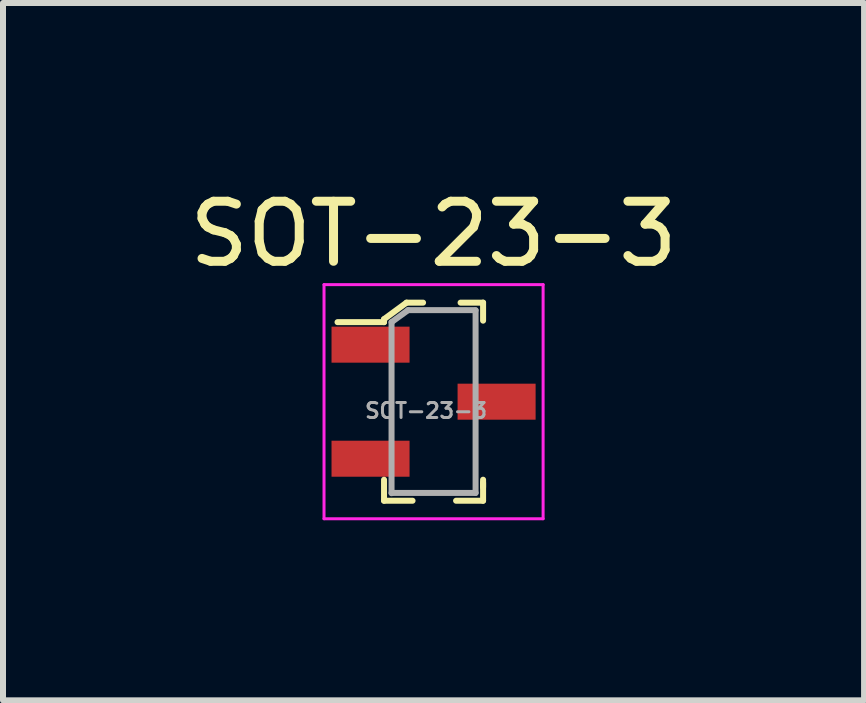
<source format=kicad_pcb>
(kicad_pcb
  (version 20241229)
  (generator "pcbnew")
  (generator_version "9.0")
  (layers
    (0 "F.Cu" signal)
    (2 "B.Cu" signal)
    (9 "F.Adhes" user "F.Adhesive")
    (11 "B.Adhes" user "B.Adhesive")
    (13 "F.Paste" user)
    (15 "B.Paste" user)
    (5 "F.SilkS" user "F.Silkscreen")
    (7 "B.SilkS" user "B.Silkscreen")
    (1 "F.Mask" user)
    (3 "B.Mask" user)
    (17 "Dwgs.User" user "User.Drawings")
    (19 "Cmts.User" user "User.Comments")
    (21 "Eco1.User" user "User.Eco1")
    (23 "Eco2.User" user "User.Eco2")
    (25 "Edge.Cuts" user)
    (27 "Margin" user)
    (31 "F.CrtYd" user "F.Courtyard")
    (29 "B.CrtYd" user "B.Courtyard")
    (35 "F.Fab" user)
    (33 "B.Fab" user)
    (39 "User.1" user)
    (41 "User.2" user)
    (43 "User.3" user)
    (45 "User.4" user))
  (footprint "SOT-23-3"
    (layer "F.Cu")
    (at 4.173 3.642)
    (property "Reference" "SOT-23-3" (at 0 -2.794 0) (unlocked yes) (layer "F.SilkS") (effects (font (size 1 1) (thickness 0.15))))
    (attr smd)
    (fp_line (start -0.825 -1.375) (end -0.825 -1.325) (stroke (width 0.1) (type solid)) (layer "F.SilkS"))
    (fp_line (start -0.825 -1.325) (end -1.6 -1.325) (stroke (width 0.1) (type solid)) (layer "F.SilkS"))
    (fp_line (start -0.825 1.65) (end -0.825 1.3) (stroke (width 0.1) (type solid)) (layer "F.SilkS"))
    (fp_line (start -0.45 -1.65) (end -0.825 -1.375) (stroke (width 0.1) (type solid)) (layer "F.SilkS"))
    (fp_line (start -0.35 1.65) (end -0.825 1.65) (stroke (width 0.1) (type solid)) (layer "F.SilkS"))
    (fp_line (start -0.175 -1.65) (end -0.45 -1.65) (stroke (width 0.1) (type solid)) (layer "F.SilkS"))
    (fp_line (start 0.45 -1.65) (end 0.825 -1.65) (stroke (width 0.1) (type solid)) (layer "F.SilkS"))
    (fp_line (start 0.825 -1.65) (end 0.825 -1.35) (stroke (width 0.1) (type solid)) (layer "F.SilkS"))
    (fp_line (start 0.825 1.35) (end 0.825 1.65) (stroke (width 0.1) (type solid)) (layer "F.SilkS"))
    (fp_line (start 0.825 1.425) (end 0.825 1.3) (stroke (width 0.1) (type solid)) (layer "F.SilkS"))
    (fp_line (start 0.825 1.65) (end 0.375 1.65) (stroke (width 0.1) (type solid)) (layer "F.SilkS"))
    (fp_line (start -1.825 -1.95) (end -1.825 1.95) (stroke (width 0.05) (type solid)) (layer "F.CrtYd"))
    (fp_line (start -1.825 -1.95) (end 1.825 -1.95) (stroke (width 0.05) (type solid)) (layer "F.CrtYd"))
    (fp_line (start 1.825 -1.95) (end 1.825 1.95) (stroke (width 0.05) (type solid)) (layer "F.CrtYd"))
    (fp_line (start 1.825 1.95) (end -1.825 1.95) (stroke (width 0.05) (type solid)) (layer "F.CrtYd"))
    (fp_line (start -0.7 -1.325) (end -0.7 1.525) (stroke (width 0.1) (type solid)) (layer "F.Fab"))
    (fp_line (start -0.7 1.52) (end 0.7 1.52) (stroke (width 0.1) (type solid)) (layer "F.Fab"))
    (fp_line (start -0.425 -1.525) (end -0.7 -1.325) (stroke (width 0.1) (type solid)) (layer "F.Fab"))
    (fp_line (start -0.425 -1.525) (end 0.7 -1.525) (stroke (width 0.1) (type solid)) (layer "F.Fab"))
    (fp_line (start 0.7 1.52) (end 0.7 -1.52) (stroke (width 0.1) (type solid)) (layer "F.Fab"))
    (fp_text user "${REFERENCE}" (at -0.125 0.15 0) (layer "F.Fab") (effects (font (size 0.25 0.25) (thickness 0.05))))
    (pad "1" smd rect (at -1.05 -0.95) (size 1.3 0.6) (layers "F.Cu" "F.Mask" "F.Paste"))
    (pad "2" smd rect (at -1.05 0.95) (size 1.3 0.6) (layers "F.Cu" "F.Mask" "F.Paste"))
    (pad "3" smd rect (at 1.05 0) (size 1.3 0.6) (layers "F.Cu" "F.Mask" "F.Paste")))
  (gr_rect
    (start -3 -3)
    (end 11.345 8.617)
    (stroke (width 0.1) (type default))
    (fill no)
    (layer "Edge.Cuts")))
</source>
